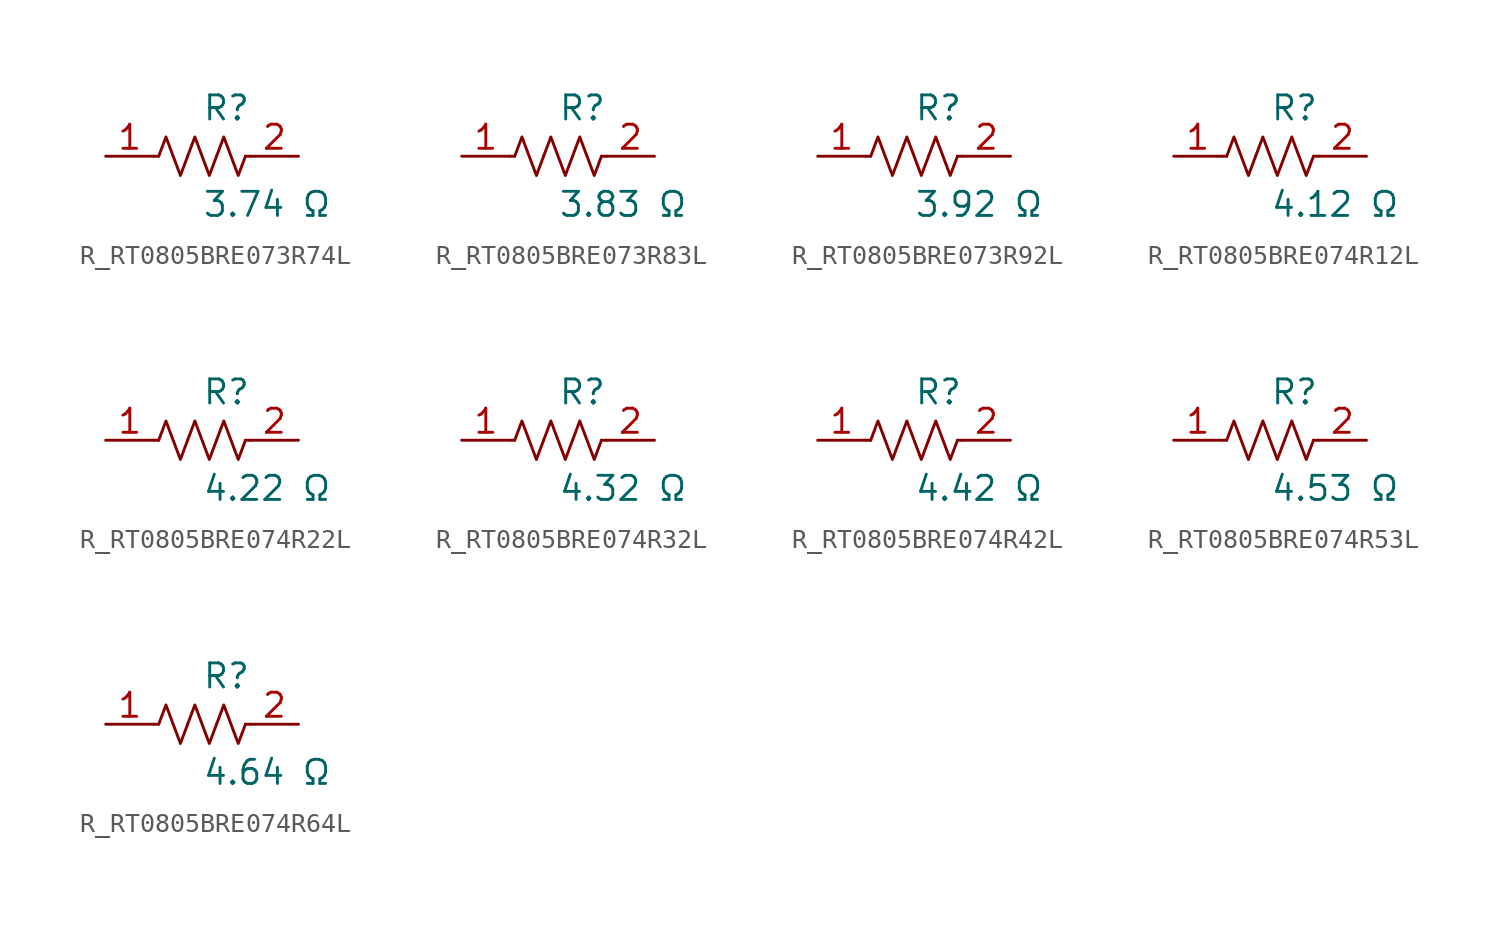
<source format=kicad_sym>
(kicad_symbol_lib
  (version 20231120)
  (generator kicad_symbol_editor)
  (generator_version 8.0)
  (symbol "R_RT0805BRE073R74L"
    (pin_names
      (offset 0.254))
    (property "Reference" "R"
      (at 0.0 2.54 0)
      (effects (font (size 1.27 1.27)) (justify left)))
    (property "Value" "3.74 Ω"
      (at 0.0 -2.54 0)
      (effects (font (size 1.27 1.27)) (justify left)))
    (symbol "R_RT0805BRE073R74L_0_1"
      (polyline (pts (xy 2.286 0) (xy 2.54 0)) (stroke (width 0) (type default)) (fill (type none)))
      (polyline (pts (xy -2.286 0) (xy -2.54 0)) (stroke (width 0) (type default)) (fill (type none)))
      (polyline (pts (xy 0.762 0) (xy 1.143 1.016) (xy 1.524 0) (xy 1.905 -1.016) (xy 2.286 0)) (stroke (width 0) (type default)) (fill (type none)))
      (polyline (pts (xy -0.762 0) (xy -0.381 1.016) (xy 0 0) (xy 0.381 -1.016) (xy 0.762 0)) (stroke (width 0) (type default)) (fill (type none)))
      (polyline (pts (xy -2.286 0) (xy -1.905 1.016) (xy -1.524 0) (xy -1.143 -1.016) (xy -0.762 0)) (stroke (width 0) (type default)) (fill (type none))))
    (pin unspecified line
      (at -5.08 0 0)
      (length 2.54)
      (name "" (effects (font (size 1.27 1.27))))
      (number "1" (effects (font (size 1.27 1.27)))))
    (pin unspecified line
      (at 5.08 0 180)
      (length 2.54)
      (name "" (effects (font (size 1.27 1.27))))
      (number "2" (effects (font (size 1.27 1.27))))))
  (symbol "R_RT0805BRE073R83L"
    (pin_names
      (offset 0.254))
    (property "Reference" "R"
      (at 0.0 2.54 0)
      (effects (font (size 1.27 1.27)) (justify left)))
    (property "Value" "3.83 Ω"
      (at 0.0 -2.54 0)
      (effects (font (size 1.27 1.27)) (justify left)))
    (symbol "R_RT0805BRE073R83L_0_1"
      (polyline (pts (xy 2.286 0) (xy 2.54 0)) (stroke (width 0) (type default)) (fill (type none)))
      (polyline (pts (xy -2.286 0) (xy -2.54 0)) (stroke (width 0) (type default)) (fill (type none)))
      (polyline (pts (xy 0.762 0) (xy 1.143 1.016) (xy 1.524 0) (xy 1.905 -1.016) (xy 2.286 0)) (stroke (width 0) (type default)) (fill (type none)))
      (polyline (pts (xy -0.762 0) (xy -0.381 1.016) (xy 0 0) (xy 0.381 -1.016) (xy 0.762 0)) (stroke (width 0) (type default)) (fill (type none)))
      (polyline (pts (xy -2.286 0) (xy -1.905 1.016) (xy -1.524 0) (xy -1.143 -1.016) (xy -0.762 0)) (stroke (width 0) (type default)) (fill (type none))))
    (pin unspecified line
      (at -5.08 0 0)
      (length 2.54)
      (name "" (effects (font (size 1.27 1.27))))
      (number "1" (effects (font (size 1.27 1.27)))))
    (pin unspecified line
      (at 5.08 0 180)
      (length 2.54)
      (name "" (effects (font (size 1.27 1.27))))
      (number "2" (effects (font (size 1.27 1.27))))))
  (symbol "R_RT0805BRE073R92L"
    (pin_names
      (offset 0.254))
    (property "Reference" "R"
      (at 0.0 2.54 0)
      (effects (font (size 1.27 1.27)) (justify left)))
    (property "Value" "3.92 Ω"
      (at 0.0 -2.54 0)
      (effects (font (size 1.27 1.27)) (justify left)))
    (symbol "R_RT0805BRE073R92L_0_1"
      (polyline (pts (xy 2.286 0) (xy 2.54 0)) (stroke (width 0) (type default)) (fill (type none)))
      (polyline (pts (xy -2.286 0) (xy -2.54 0)) (stroke (width 0) (type default)) (fill (type none)))
      (polyline (pts (xy 0.762 0) (xy 1.143 1.016) (xy 1.524 0) (xy 1.905 -1.016) (xy 2.286 0)) (stroke (width 0) (type default)) (fill (type none)))
      (polyline (pts (xy -0.762 0) (xy -0.381 1.016) (xy 0 0) (xy 0.381 -1.016) (xy 0.762 0)) (stroke (width 0) (type default)) (fill (type none)))
      (polyline (pts (xy -2.286 0) (xy -1.905 1.016) (xy -1.524 0) (xy -1.143 -1.016) (xy -0.762 0)) (stroke (width 0) (type default)) (fill (type none))))
    (pin unspecified line
      (at -5.08 0 0)
      (length 2.54)
      (name "" (effects (font (size 1.27 1.27))))
      (number "1" (effects (font (size 1.27 1.27)))))
    (pin unspecified line
      (at 5.08 0 180)
      (length 2.54)
      (name "" (effects (font (size 1.27 1.27))))
      (number "2" (effects (font (size 1.27 1.27))))))
  (symbol "R_RT0805BRE074R12L"
    (pin_names
      (offset 0.254))
    (property "Reference" "R"
      (at 0.0 2.54 0)
      (effects (font (size 1.27 1.27)) (justify left)))
    (property "Value" "4.12 Ω"
      (at 0.0 -2.54 0)
      (effects (font (size 1.27 1.27)) (justify left)))
    (symbol "R_RT0805BRE074R12L_0_1"
      (polyline (pts (xy 2.286 0) (xy 2.54 0)) (stroke (width 0) (type default)) (fill (type none)))
      (polyline (pts (xy -2.286 0) (xy -2.54 0)) (stroke (width 0) (type default)) (fill (type none)))
      (polyline (pts (xy 0.762 0) (xy 1.143 1.016) (xy 1.524 0) (xy 1.905 -1.016) (xy 2.286 0)) (stroke (width 0) (type default)) (fill (type none)))
      (polyline (pts (xy -0.762 0) (xy -0.381 1.016) (xy 0 0) (xy 0.381 -1.016) (xy 0.762 0)) (stroke (width 0) (type default)) (fill (type none)))
      (polyline (pts (xy -2.286 0) (xy -1.905 1.016) (xy -1.524 0) (xy -1.143 -1.016) (xy -0.762 0)) (stroke (width 0) (type default)) (fill (type none))))
    (pin unspecified line
      (at -5.08 0 0)
      (length 2.54)
      (name "" (effects (font (size 1.27 1.27))))
      (number "1" (effects (font (size 1.27 1.27)))))
    (pin unspecified line
      (at 5.08 0 180)
      (length 2.54)
      (name "" (effects (font (size 1.27 1.27))))
      (number "2" (effects (font (size 1.27 1.27))))))
  (symbol "R_RT0805BRE074R22L"
    (pin_names
      (offset 0.254))
    (property "Reference" "R"
      (at 0.0 2.54 0)
      (effects (font (size 1.27 1.27)) (justify left)))
    (property "Value" "4.22 Ω"
      (at 0.0 -2.54 0)
      (effects (font (size 1.27 1.27)) (justify left)))
    (symbol "R_RT0805BRE074R22L_0_1"
      (polyline (pts (xy 2.286 0) (xy 2.54 0)) (stroke (width 0) (type default)) (fill (type none)))
      (polyline (pts (xy -2.286 0) (xy -2.54 0)) (stroke (width 0) (type default)) (fill (type none)))
      (polyline (pts (xy 0.762 0) (xy 1.143 1.016) (xy 1.524 0) (xy 1.905 -1.016) (xy 2.286 0)) (stroke (width 0) (type default)) (fill (type none)))
      (polyline (pts (xy -0.762 0) (xy -0.381 1.016) (xy 0 0) (xy 0.381 -1.016) (xy 0.762 0)) (stroke (width 0) (type default)) (fill (type none)))
      (polyline (pts (xy -2.286 0) (xy -1.905 1.016) (xy -1.524 0) (xy -1.143 -1.016) (xy -0.762 0)) (stroke (width 0) (type default)) (fill (type none))))
    (pin unspecified line
      (at -5.08 0 0)
      (length 2.54)
      (name "" (effects (font (size 1.27 1.27))))
      (number "1" (effects (font (size 1.27 1.27)))))
    (pin unspecified line
      (at 5.08 0 180)
      (length 2.54)
      (name "" (effects (font (size 1.27 1.27))))
      (number "2" (effects (font (size 1.27 1.27))))))
  (symbol "R_RT0805BRE074R32L"
    (pin_names
      (offset 0.254))
    (property "Reference" "R"
      (at 0.0 2.54 0)
      (effects (font (size 1.27 1.27)) (justify left)))
    (property "Value" "4.32 Ω"
      (at 0.0 -2.54 0)
      (effects (font (size 1.27 1.27)) (justify left)))
    (symbol "R_RT0805BRE074R32L_0_1"
      (polyline (pts (xy 2.286 0) (xy 2.54 0)) (stroke (width 0) (type default)) (fill (type none)))
      (polyline (pts (xy -2.286 0) (xy -2.54 0)) (stroke (width 0) (type default)) (fill (type none)))
      (polyline (pts (xy 0.762 0) (xy 1.143 1.016) (xy 1.524 0) (xy 1.905 -1.016) (xy 2.286 0)) (stroke (width 0) (type default)) (fill (type none)))
      (polyline (pts (xy -0.762 0) (xy -0.381 1.016) (xy 0 0) (xy 0.381 -1.016) (xy 0.762 0)) (stroke (width 0) (type default)) (fill (type none)))
      (polyline (pts (xy -2.286 0) (xy -1.905 1.016) (xy -1.524 0) (xy -1.143 -1.016) (xy -0.762 0)) (stroke (width 0) (type default)) (fill (type none))))
    (pin unspecified line
      (at -5.08 0 0)
      (length 2.54)
      (name "" (effects (font (size 1.27 1.27))))
      (number "1" (effects (font (size 1.27 1.27)))))
    (pin unspecified line
      (at 5.08 0 180)
      (length 2.54)
      (name "" (effects (font (size 1.27 1.27))))
      (number "2" (effects (font (size 1.27 1.27))))))
  (symbol "R_RT0805BRE074R42L"
    (pin_names
      (offset 0.254))
    (property "Reference" "R"
      (at 0.0 2.54 0)
      (effects (font (size 1.27 1.27)) (justify left)))
    (property "Value" "4.42 Ω"
      (at 0.0 -2.54 0)
      (effects (font (size 1.27 1.27)) (justify left)))
    (symbol "R_RT0805BRE074R42L_0_1"
      (polyline (pts (xy 2.286 0) (xy 2.54 0)) (stroke (width 0) (type default)) (fill (type none)))
      (polyline (pts (xy -2.286 0) (xy -2.54 0)) (stroke (width 0) (type default)) (fill (type none)))
      (polyline (pts (xy 0.762 0) (xy 1.143 1.016) (xy 1.524 0) (xy 1.905 -1.016) (xy 2.286 0)) (stroke (width 0) (type default)) (fill (type none)))
      (polyline (pts (xy -0.762 0) (xy -0.381 1.016) (xy 0 0) (xy 0.381 -1.016) (xy 0.762 0)) (stroke (width 0) (type default)) (fill (type none)))
      (polyline (pts (xy -2.286 0) (xy -1.905 1.016) (xy -1.524 0) (xy -1.143 -1.016) (xy -0.762 0)) (stroke (width 0) (type default)) (fill (type none))))
    (pin unspecified line
      (at -5.08 0 0)
      (length 2.54)
      (name "" (effects (font (size 1.27 1.27))))
      (number "1" (effects (font (size 1.27 1.27)))))
    (pin unspecified line
      (at 5.08 0 180)
      (length 2.54)
      (name "" (effects (font (size 1.27 1.27))))
      (number "2" (effects (font (size 1.27 1.27))))))
  (symbol "R_RT0805BRE074R53L"
    (pin_names
      (offset 0.254))
    (property "Reference" "R"
      (at 0.0 2.54 0)
      (effects (font (size 1.27 1.27)) (justify left)))
    (property "Value" "4.53 Ω"
      (at 0.0 -2.54 0)
      (effects (font (size 1.27 1.27)) (justify left)))
    (symbol "R_RT0805BRE074R53L_0_1"
      (polyline (pts (xy 2.286 0) (xy 2.54 0)) (stroke (width 0) (type default)) (fill (type none)))
      (polyline (pts (xy -2.286 0) (xy -2.54 0)) (stroke (width 0) (type default)) (fill (type none)))
      (polyline (pts (xy 0.762 0) (xy 1.143 1.016) (xy 1.524 0) (xy 1.905 -1.016) (xy 2.286 0)) (stroke (width 0) (type default)) (fill (type none)))
      (polyline (pts (xy -0.762 0) (xy -0.381 1.016) (xy 0 0) (xy 0.381 -1.016) (xy 0.762 0)) (stroke (width 0) (type default)) (fill (type none)))
      (polyline (pts (xy -2.286 0) (xy -1.905 1.016) (xy -1.524 0) (xy -1.143 -1.016) (xy -0.762 0)) (stroke (width 0) (type default)) (fill (type none))))
    (pin unspecified line
      (at -5.08 0 0)
      (length 2.54)
      (name "" (effects (font (size 1.27 1.27))))
      (number "1" (effects (font (size 1.27 1.27)))))
    (pin unspecified line
      (at 5.08 0 180)
      (length 2.54)
      (name "" (effects (font (size 1.27 1.27))))
      (number "2" (effects (font (size 1.27 1.27))))))
  (symbol "R_RT0805BRE074R64L"
    (pin_names
      (offset 0.254))
    (property "Reference" "R"
      (at 0.0 2.54 0)
      (effects (font (size 1.27 1.27)) (justify left)))
    (property "Value" "4.64 Ω"
      (at 0.0 -2.54 0)
      (effects (font (size 1.27 1.27)) (justify left)))
    (symbol "R_RT0805BRE074R64L_0_1"
      (polyline (pts (xy 2.286 0) (xy 2.54 0)) (stroke (width 0) (type default)) (fill (type none)))
      (polyline (pts (xy -2.286 0) (xy -2.54 0)) (stroke (width 0) (type default)) (fill (type none)))
      (polyline (pts (xy 0.762 0) (xy 1.143 1.016) (xy 1.524 0) (xy 1.905 -1.016) (xy 2.286 0)) (stroke (width 0) (type default)) (fill (type none)))
      (polyline (pts (xy -0.762 0) (xy -0.381 1.016) (xy 0 0) (xy 0.381 -1.016) (xy 0.762 0)) (stroke (width 0) (type default)) (fill (type none)))
      (polyline (pts (xy -2.286 0) (xy -1.905 1.016) (xy -1.524 0) (xy -1.143 -1.016) (xy -0.762 0)) (stroke (width 0) (type default)) (fill (type none))))
    (pin unspecified line
      (at -5.08 0 0)
      (length 2.54)
      (name "" (effects (font (size 1.27 1.27))))
      (number "1" (effects (font (size 1.27 1.27)))))
    (pin unspecified line
      (at 5.08 0 180)
      (length 2.54)
      (name "" (effects (font (size 1.27 1.27))))
      (number "2" (effects (font (size 1.27 1.27)))))))
</source>
